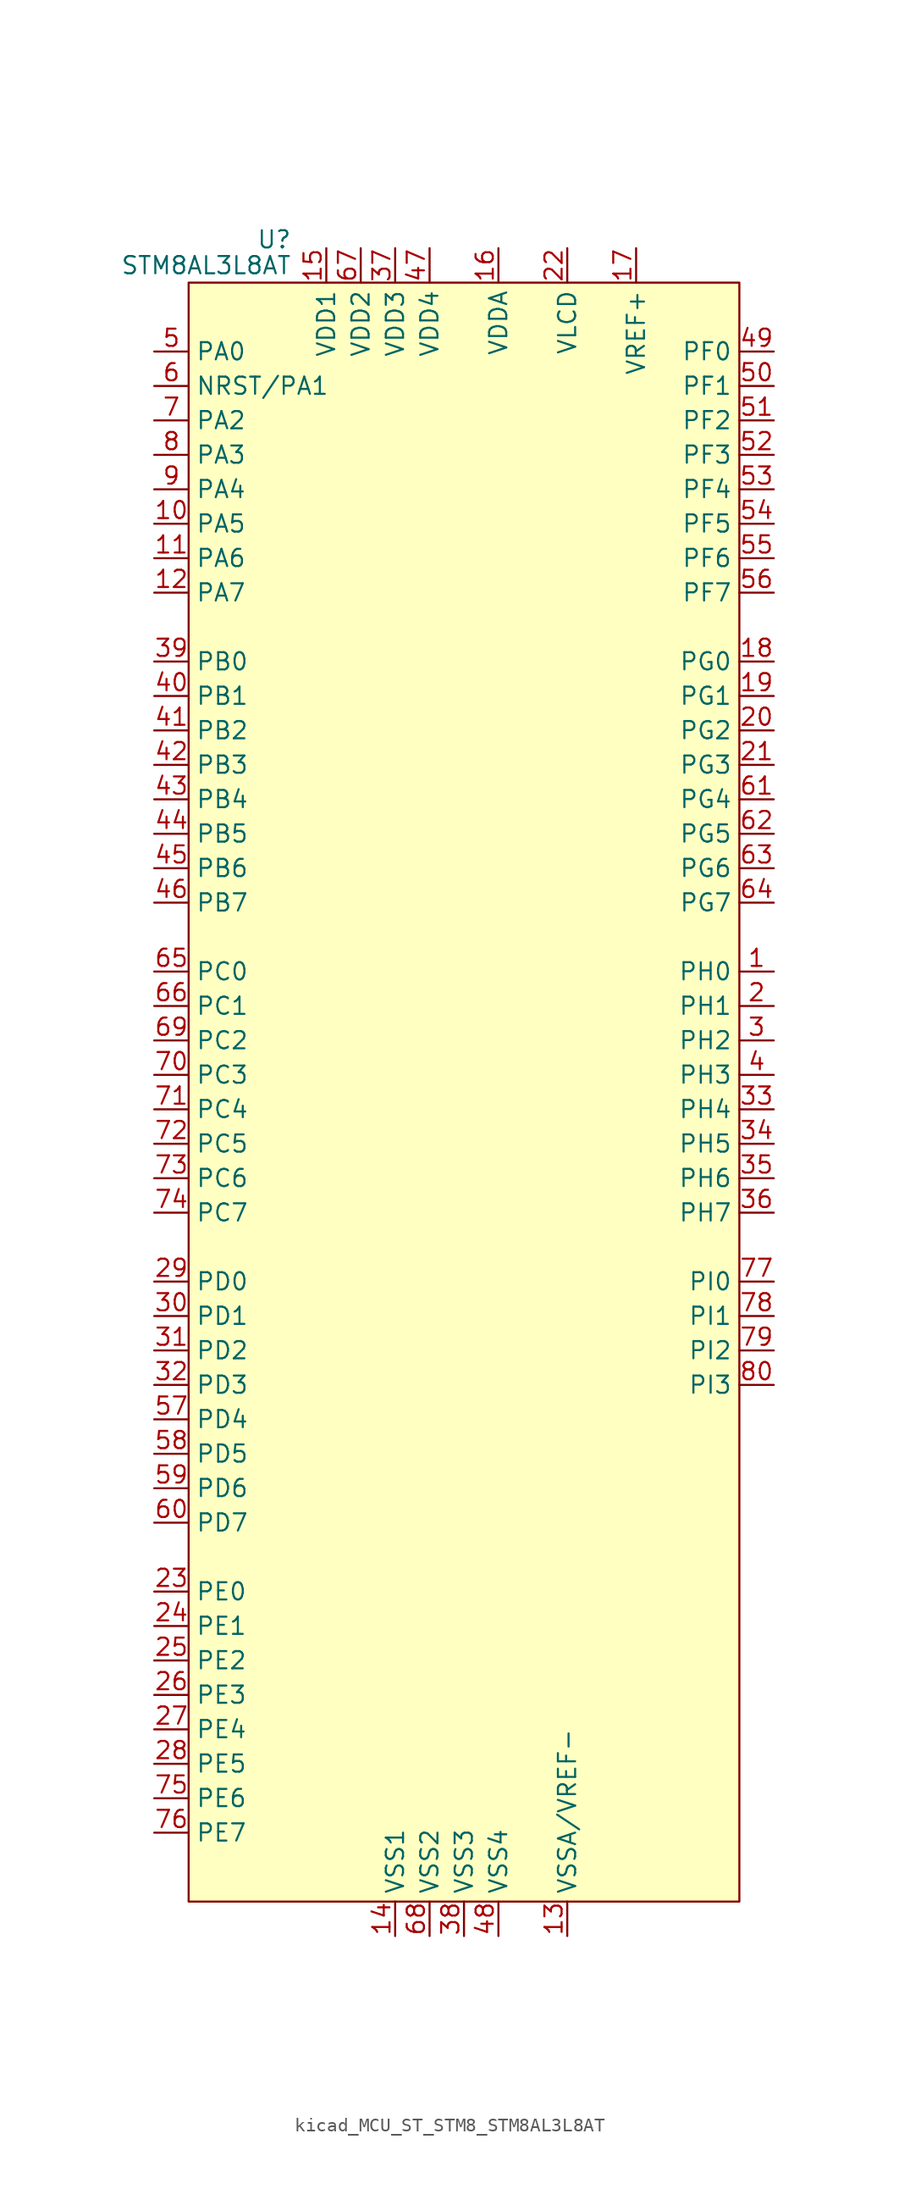
<source format=kicad_sym>
(kicad_symbol_lib
  (version 20220914)
  (generator kicad_symbol_editor)
  (symbol "kicad_MCU_ST_STM8_STM8AL3L8AT"
    (property "Reference" "U"
      (at -12.7 61.595 0)
      (effects (font (size 1.27 1.27)) (justify right)))
    (property "Value" "STM8AL3L8AT"
      (at -12.7 59.69 0)
      (effects (font (size 1.27 1.27)) (justify right)))
    (symbol "kicad_MCU_ST_STM8_STM8AL3L8AT_0_0"
      (pin bidirectional line (at 22.86 7.62 180) (length 2.54) (name "PH0" (effects (font (size 1.27 1.27)))) (number "1" (effects (font (size 1.27 1.27)))))
      (pin bidirectional line (at -22.86 40.64 0) (length 2.54) (name "PA5" (effects (font (size 1.27 1.27)))) (number "10" (effects (font (size 1.27 1.27)))))
      (pin bidirectional line (at -22.86 38.1 0) (length 2.54) (name "PA6" (effects (font (size 1.27 1.27)))) (number "11" (effects (font (size 1.27 1.27)))))
      (pin bidirectional line (at -22.86 35.56 0) (length 2.54) (name "PA7" (effects (font (size 1.27 1.27)))) (number "12" (effects (font (size 1.27 1.27)))))
      (pin power_in line (at 7.62 -63.5 90) (length 2.54) (name "VSSA/VREF-" (effects (font (size 1.27 1.27)))) (number "13" (effects (font (size 1.27 1.27)))))
      (pin power_in line (at -5.08 -63.5 90) (length 2.54) (name "VSS1" (effects (font (size 1.27 1.27)))) (number "14" (effects (font (size 1.27 1.27)))))
      (pin power_in line (at -10.16 60.96 270) (length 2.54) (name "VDD1" (effects (font (size 1.27 1.27)))) (number "15" (effects (font (size 1.27 1.27)))))
      (pin power_in line (at 2.54 60.96 270) (length 2.54) (name "VDDA" (effects (font (size 1.27 1.27)))) (number "16" (effects (font (size 1.27 1.27)))))
      (pin power_in line (at 12.7 60.96 270) (length 2.54) (name "VREF+" (effects (font (size 1.27 1.27)))) (number "17" (effects (font (size 1.27 1.27)))))
      (pin bidirectional line (at 22.86 30.48 180) (length 2.54) (name "PG0" (effects (font (size 1.27 1.27)))) (number "18" (effects (font (size 1.27 1.27)))))
      (pin bidirectional line (at 22.86 27.94 180) (length 2.54) (name "PG1" (effects (font (size 1.27 1.27)))) (number "19" (effects (font (size 1.27 1.27)))))
      (pin bidirectional line (at 22.86 5.08 180) (length 2.54) (name "PH1" (effects (font (size 1.27 1.27)))) (number "2" (effects (font (size 1.27 1.27)))))
      (pin bidirectional line (at 22.86 25.4 180) (length 2.54) (name "PG2" (effects (font (size 1.27 1.27)))) (number "20" (effects (font (size 1.27 1.27)))))
      (pin bidirectional line (at 22.86 22.86 180) (length 2.54) (name "PG3" (effects (font (size 1.27 1.27)))) (number "21" (effects (font (size 1.27 1.27)))))
      (pin power_in line (at 7.62 60.96 270) (length 2.54) (name "VLCD" (effects (font (size 1.27 1.27)))) (number "22" (effects (font (size 1.27 1.27)))))
      (pin bidirectional line (at -22.86 -38.1 0) (length 2.54) (name "PE0" (effects (font (size 1.27 1.27)))) (number "23" (effects (font (size 1.27 1.27)))))
      (pin bidirectional line (at -22.86 -40.64 0) (length 2.54) (name "PE1" (effects (font (size 1.27 1.27)))) (number "24" (effects (font (size 1.27 1.27)))))
      (pin bidirectional line (at -22.86 -43.18 0) (length 2.54) (name "PE2" (effects (font (size 1.27 1.27)))) (number "25" (effects (font (size 1.27 1.27)))))
      (pin bidirectional line (at -22.86 -45.72 0) (length 2.54) (name "PE3" (effects (font (size 1.27 1.27)))) (number "26" (effects (font (size 1.27 1.27)))))
      (pin bidirectional line (at -22.86 -48.26 0) (length 2.54) (name "PE4" (effects (font (size 1.27 1.27)))) (number "27" (effects (font (size 1.27 1.27)))))
      (pin bidirectional line (at -22.86 -50.8 0) (length 2.54) (name "PE5" (effects (font (size 1.27 1.27)))) (number "28" (effects (font (size 1.27 1.27)))))
      (pin bidirectional line (at -22.86 -15.24 0) (length 2.54) (name "PD0" (effects (font (size 1.27 1.27)))) (number "29" (effects (font (size 1.27 1.27)))))
      (pin bidirectional line (at 22.86 2.54 180) (length 2.54) (name "PH2" (effects (font (size 1.27 1.27)))) (number "3" (effects (font (size 1.27 1.27)))))
      (pin bidirectional line (at -22.86 -17.78 0) (length 2.54) (name "PD1" (effects (font (size 1.27 1.27)))) (number "30" (effects (font (size 1.27 1.27)))))
      (pin bidirectional line (at -22.86 -20.32 0) (length 2.54) (name "PD2" (effects (font (size 1.27 1.27)))) (number "31" (effects (font (size 1.27 1.27)))))
      (pin bidirectional line (at -22.86 -22.86 0) (length 2.54) (name "PD3" (effects (font (size 1.27 1.27)))) (number "32" (effects (font (size 1.27 1.27)))))
      (pin bidirectional line (at 22.86 -2.54 180) (length 2.54) (name "PH4" (effects (font (size 1.27 1.27)))) (number "33" (effects (font (size 1.27 1.27)))))
      (pin bidirectional line (at 22.86 -5.08 180) (length 2.54) (name "PH5" (effects (font (size 1.27 1.27)))) (number "34" (effects (font (size 1.27 1.27)))))
      (pin bidirectional line (at 22.86 -7.62 180) (length 2.54) (name "PH6" (effects (font (size 1.27 1.27)))) (number "35" (effects (font (size 1.27 1.27)))))
      (pin bidirectional line (at 22.86 -10.16 180) (length 2.54) (name "PH7" (effects (font (size 1.27 1.27)))) (number "36" (effects (font (size 1.27 1.27)))))
      (pin power_in line (at -5.08 60.96 270) (length 2.54) (name "VDD3" (effects (font (size 1.27 1.27)))) (number "37" (effects (font (size 1.27 1.27)))))
      (pin power_in line (at 0 -63.5 90) (length 2.54) (name "VSS3" (effects (font (size 1.27 1.27)))) (number "38" (effects (font (size 1.27 1.27)))))
      (pin bidirectional line (at -22.86 30.48 0) (length 2.54) (name "PB0" (effects (font (size 1.27 1.27)))) (number "39" (effects (font (size 1.27 1.27)))))
      (pin bidirectional line (at 22.86 0 180) (length 2.54) (name "PH3" (effects (font (size 1.27 1.27)))) (number "4" (effects (font (size 1.27 1.27)))))
      (pin bidirectional line (at -22.86 27.94 0) (length 2.54) (name "PB1" (effects (font (size 1.27 1.27)))) (number "40" (effects (font (size 1.27 1.27)))))
      (pin bidirectional line (at -22.86 25.4 0) (length 2.54) (name "PB2" (effects (font (size 1.27 1.27)))) (number "41" (effects (font (size 1.27 1.27)))))
      (pin bidirectional line (at -22.86 22.86 0) (length 2.54) (name "PB3" (effects (font (size 1.27 1.27)))) (number "42" (effects (font (size 1.27 1.27)))))
      (pin bidirectional line (at -22.86 20.32 0) (length 2.54) (name "PB4" (effects (font (size 1.27 1.27)))) (number "43" (effects (font (size 1.27 1.27)))))
      (pin bidirectional line (at -22.86 17.78 0) (length 2.54) (name "PB5" (effects (font (size 1.27 1.27)))) (number "44" (effects (font (size 1.27 1.27)))))
      (pin bidirectional line (at -22.86 15.24 0) (length 2.54) (name "PB6" (effects (font (size 1.27 1.27)))) (number "45" (effects (font (size 1.27 1.27)))))
      (pin bidirectional line (at -22.86 12.7 0) (length 2.54) (name "PB7" (effects (font (size 1.27 1.27)))) (number "46" (effects (font (size 1.27 1.27)))))
      (pin power_in line (at -2.54 60.96 270) (length 2.54) (name "VDD4" (effects (font (size 1.27 1.27)))) (number "47" (effects (font (size 1.27 1.27)))))
      (pin power_in line (at 2.54 -63.5 90) (length 2.54) (name "VSS4" (effects (font (size 1.27 1.27)))) (number "48" (effects (font (size 1.27 1.27)))))
      (pin bidirectional line (at 22.86 53.34 180) (length 2.54) (name "PF0" (effects (font (size 1.27 1.27)))) (number "49" (effects (font (size 1.27 1.27)))))
      (pin bidirectional line (at -22.86 53.34 0) (length 2.54) (name "PA0" (effects (font (size 1.27 1.27)))) (number "5" (effects (font (size 1.27 1.27)))))
      (pin bidirectional line (at 22.86 50.8 180) (length 2.54) (name "PF1" (effects (font (size 1.27 1.27)))) (number "50" (effects (font (size 1.27 1.27)))))
      (pin bidirectional line (at 22.86 48.26 180) (length 2.54) (name "PF2" (effects (font (size 1.27 1.27)))) (number "51" (effects (font (size 1.27 1.27)))))
      (pin bidirectional line (at 22.86 45.72 180) (length 2.54) (name "PF3" (effects (font (size 1.27 1.27)))) (number "52" (effects (font (size 1.27 1.27)))))
      (pin bidirectional line (at 22.86 43.18 180) (length 2.54) (name "PF4" (effects (font (size 1.27 1.27)))) (number "53" (effects (font (size 1.27 1.27)))))
      (pin bidirectional line (at 22.86 40.64 180) (length 2.54) (name "PF5" (effects (font (size 1.27 1.27)))) (number "54" (effects (font (size 1.27 1.27)))))
      (pin bidirectional line (at 22.86 38.1 180) (length 2.54) (name "PF6" (effects (font (size 1.27 1.27)))) (number "55" (effects (font (size 1.27 1.27)))))
      (pin bidirectional line (at 22.86 35.56 180) (length 2.54) (name "PF7" (effects (font (size 1.27 1.27)))) (number "56" (effects (font (size 1.27 1.27)))))
      (pin bidirectional line (at -22.86 -25.4 0) (length 2.54) (name "PD4" (effects (font (size 1.27 1.27)))) (number "57" (effects (font (size 1.27 1.27)))))
      (pin bidirectional line (at -22.86 -27.94 0) (length 2.54) (name "PD5" (effects (font (size 1.27 1.27)))) (number "58" (effects (font (size 1.27 1.27)))))
      (pin bidirectional line (at -22.86 -30.48 0) (length 2.54) (name "PD6" (effects (font (size 1.27 1.27)))) (number "59" (effects (font (size 1.27 1.27)))))
      (pin bidirectional line (at -22.86 50.8 0) (length 2.54) (name "NRST/PA1" (effects (font (size 1.27 1.27)))) (number "6" (effects (font (size 1.27 1.27)))))
      (pin bidirectional line (at -22.86 -33.02 0) (length 2.54) (name "PD7" (effects (font (size 1.27 1.27)))) (number "60" (effects (font (size 1.27 1.27)))))
      (pin bidirectional line (at 22.86 20.32 180) (length 2.54) (name "PG4" (effects (font (size 1.27 1.27)))) (number "61" (effects (font (size 1.27 1.27)))))
      (pin bidirectional line (at 22.86 17.78 180) (length 2.54) (name "PG5" (effects (font (size 1.27 1.27)))) (number "62" (effects (font (size 1.27 1.27)))))
      (pin bidirectional line (at 22.86 15.24 180) (length 2.54) (name "PG6" (effects (font (size 1.27 1.27)))) (number "63" (effects (font (size 1.27 1.27)))))
      (pin bidirectional line (at 22.86 12.7 180) (length 2.54) (name "PG7" (effects (font (size 1.27 1.27)))) (number "64" (effects (font (size 1.27 1.27)))))
      (pin bidirectional line (at -22.86 7.62 0) (length 2.54) (name "PC0" (effects (font (size 1.27 1.27)))) (number "65" (effects (font (size 1.27 1.27)))))
      (pin bidirectional line (at -22.86 5.08 0) (length 2.54) (name "PC1" (effects (font (size 1.27 1.27)))) (number "66" (effects (font (size 1.27 1.27)))))
      (pin power_in line (at -7.62 60.96 270) (length 2.54) (name "VDD2" (effects (font (size 1.27 1.27)))) (number "67" (effects (font (size 1.27 1.27)))))
      (pin power_in line (at -2.54 -63.5 90) (length 2.54) (name "VSS2" (effects (font (size 1.27 1.27)))) (number "68" (effects (font (size 1.27 1.27)))))
      (pin bidirectional line (at -22.86 2.54 0) (length 2.54) (name "PC2" (effects (font (size 1.27 1.27)))) (number "69" (effects (font (size 1.27 1.27)))))
      (pin bidirectional line (at -22.86 48.26 0) (length 2.54) (name "PA2" (effects (font (size 1.27 1.27)))) (number "7" (effects (font (size 1.27 1.27)))))
      (pin bidirectional line (at -22.86 0 0) (length 2.54) (name "PC3" (effects (font (size 1.27 1.27)))) (number "70" (effects (font (size 1.27 1.27)))))
      (pin bidirectional line (at -22.86 -2.54 0) (length 2.54) (name "PC4" (effects (font (size 1.27 1.27)))) (number "71" (effects (font (size 1.27 1.27)))))
      (pin bidirectional line (at -22.86 -5.08 0) (length 2.54) (name "PC5" (effects (font (size 1.27 1.27)))) (number "72" (effects (font (size 1.27 1.27)))))
      (pin bidirectional line (at -22.86 -7.62 0) (length 2.54) (name "PC6" (effects (font (size 1.27 1.27)))) (number "73" (effects (font (size 1.27 1.27)))))
      (pin bidirectional line (at -22.86 -10.16 0) (length 2.54) (name "PC7" (effects (font (size 1.27 1.27)))) (number "74" (effects (font (size 1.27 1.27)))))
      (pin bidirectional line (at -22.86 -53.34 0) (length 2.54) (name "PE6" (effects (font (size 1.27 1.27)))) (number "75" (effects (font (size 1.27 1.27)))))
      (pin bidirectional line (at -22.86 -55.88 0) (length 2.54) (name "PE7" (effects (font (size 1.27 1.27)))) (number "76" (effects (font (size 1.27 1.27)))))
      (pin bidirectional line (at 22.86 -15.24 180) (length 2.54) (name "PI0" (effects (font (size 1.27 1.27)))) (number "77" (effects (font (size 1.27 1.27)))))
      (pin bidirectional line (at 22.86 -17.78 180) (length 2.54) (name "PI1" (effects (font (size 1.27 1.27)))) (number "78" (effects (font (size 1.27 1.27)))))
      (pin bidirectional line (at 22.86 -20.32 180) (length 2.54) (name "PI2" (effects (font (size 1.27 1.27)))) (number "79" (effects (font (size 1.27 1.27)))))
      (pin bidirectional line (at -22.86 45.72 0) (length 2.54) (name "PA3" (effects (font (size 1.27 1.27)))) (number "8" (effects (font (size 1.27 1.27)))))
      (pin bidirectional line (at 22.86 -22.86 180) (length 2.54) (name "PI3" (effects (font (size 1.27 1.27)))) (number "80" (effects (font (size 1.27 1.27)))))
      (pin bidirectional line (at -22.86 43.18 0) (length 2.54) (name "PA4" (effects (font (size 1.27 1.27)))) (number "9" (effects (font (size 1.27 1.27))))))
    (symbol "kicad_MCU_ST_STM8_STM8AL3L8AT_0_1"
      (rectangle (start -20.32 58.42) (end 20.32 -60.96) (stroke (width 0) (type default)) (fill (type background))))))
</source>
